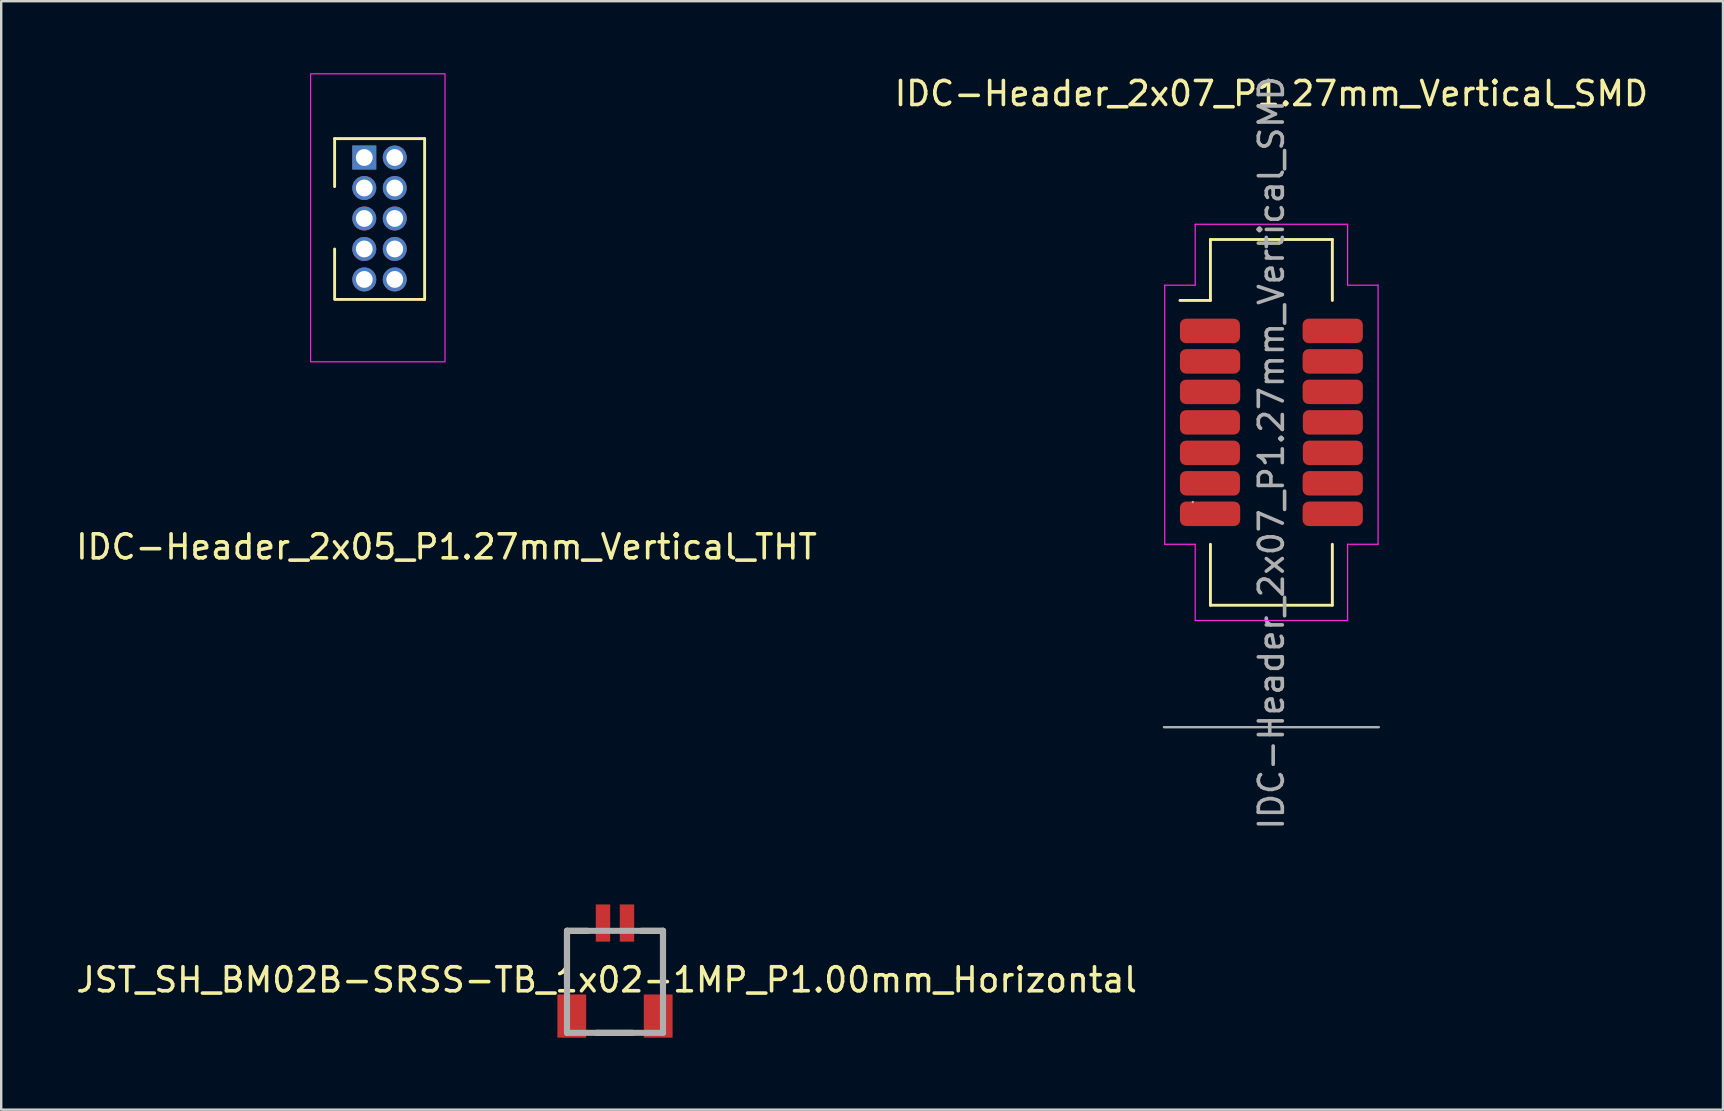
<source format=kicad_pcb>
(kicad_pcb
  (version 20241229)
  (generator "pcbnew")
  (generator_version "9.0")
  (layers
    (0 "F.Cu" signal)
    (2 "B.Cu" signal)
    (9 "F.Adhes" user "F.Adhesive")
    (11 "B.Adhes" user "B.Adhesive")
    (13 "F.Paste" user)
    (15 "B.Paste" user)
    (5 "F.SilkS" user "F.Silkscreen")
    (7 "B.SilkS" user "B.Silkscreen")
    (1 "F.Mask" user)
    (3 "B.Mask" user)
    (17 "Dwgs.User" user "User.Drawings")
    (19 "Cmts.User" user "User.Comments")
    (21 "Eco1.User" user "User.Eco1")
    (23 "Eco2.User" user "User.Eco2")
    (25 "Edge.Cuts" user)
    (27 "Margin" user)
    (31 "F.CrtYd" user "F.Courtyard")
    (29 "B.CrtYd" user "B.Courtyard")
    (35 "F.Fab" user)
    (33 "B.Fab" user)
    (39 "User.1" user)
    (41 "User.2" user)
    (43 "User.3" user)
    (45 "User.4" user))
  (footprint "JST_SH_BM02B-SRSS-TB_1x02-1MP_P1.00mm_Horizontal"
    (layer "F.Cu")
    (at 22.574 37.384)
    (property "Reference" "JST_SH_BM02B-SRSS-TB_1x02-1MP_P1.00mm_Horizontal" (at -0.347 0.391 0) (layer "F.SilkS") (effects (font (size 1.002 1.002) (thickness 0.15))))
    (attr smd)
    (fp_line (start -2 -1.65) (end -2 0.563) (stroke (width 0.254) (type solid)) (layer "F.SilkS"))
    (fp_line (start -2 -1.65) (end -1.145 -1.65) (stroke (width 0.254) (type solid)) (layer "F.SilkS"))
    (fp_line (start -0.767 2.6) (end 0.722 2.6) (stroke (width 0.254) (type solid)) (layer "F.SilkS"))
    (fp_line (start 2 -1.65) (end 1.1 -1.65) (stroke (width 0.254) (type solid)) (layer "F.SilkS"))
    (fp_line (start 2 -1.65) (end 2 0.697) (stroke (width 0.254) (type solid)) (layer "F.SilkS"))
    (fp_line (start -2 -1.65) (end 2 -1.65) (stroke (width 0.254) (type solid)) (layer "F.Fab"))
    (fp_line (start -2 2.6) (end -2 -1.65) (stroke (width 0.254) (type solid)) (layer "F.Fab"))
    (fp_line (start 2 -1.65) (end 2 2.6) (stroke (width 0.254) (type solid)) (layer "F.Fab"))
    (fp_line (start 2 2.6) (end -2 2.6) (stroke (width 0.254) (type solid)) (layer "F.Fab"))
    (pad "1" smd rect (at -0.5 -1.975) (size 0.6 1.55) (layers "F.Cu" "F.Mask" "F.Paste"))
    (pad "2" smd rect (at 0.5 -1.975) (size 0.6 1.55) (layers "F.Cu" "F.Mask" "F.Paste"))
    (pad "MP" smd rect (at -1.8 1.9) (size 1.2 1.8) (layers "F.Cu" "F.Mask" "F.Paste"))
    (pad "MP" smd rect (at 1.8 1.9) (size 1.2 1.8) (layers "F.Cu" "F.Mask" "F.Paste")))
  (footprint "IDC-Header_2x07_P1.27mm_Vertical_SMD"
    (layer "F.Cu")
    (at 49.923 14.548)
    (property "Reference" "IDC-Header_2x07_P1.27mm_Vertical_SMD" (at 0 -13.7 0) (layer "F.SilkS") (effects (font (size 1 1) (thickness 0.15))))
    (attr smd)
    (fp_line (start -2.54 -7.62) (end 2.54 -7.62) (stroke (width 0.12) (type solid)) (layer "F.SilkS"))
    (fp_line (start -2.54 -5.08) (end -3.81 -5.08) (stroke (width 0.12) (type solid)) (layer "F.SilkS"))
    (fp_line (start -2.54 -5.08) (end -2.54 -7.62) (stroke (width 0.12) (type solid)) (layer "F.SilkS"))
    (fp_line (start -2.54 5.08) (end -2.54 7.62) (stroke (width 0.12) (type solid)) (layer "F.SilkS"))
    (fp_line (start -2.54 7.62) (end 2.54 7.62) (stroke (width 0.12) (type solid)) (layer "F.SilkS"))
    (fp_line (start 2.54 -7.62) (end 2.54 -5.08) (stroke (width 0.12) (type solid)) (layer "F.SilkS"))
    (fp_line (start 2.54 7.62) (end 2.54 5.08) (stroke (width 0.12) (type solid)) (layer "F.SilkS"))
    (fp_line (start -4.445 -5.715) (end -3.175 -5.715) (stroke (width 0.05) (type default)) (layer "F.CrtYd"))
    (fp_line (start -4.445 5.08) (end -4.445 -5.715) (stroke (width 0.05) (type default)) (layer "F.CrtYd"))
    (fp_line (start -3.175 -8.255) (end 3.175 -8.255) (stroke (width 0.05) (type default)) (layer "F.CrtYd"))
    (fp_line (start -3.175 -5.715) (end -3.175 -8.255) (stroke (width 0.05) (type default)) (layer "F.CrtYd"))
    (fp_line (start -3.175 5.08) (end -4.445 5.08) (stroke (width 0.05) (type default)) (layer "F.CrtYd"))
    (fp_line (start -3.175 8.255) (end -3.175 5.08) (stroke (width 0.05) (type default)) (layer "F.CrtYd"))
    (fp_line (start 3.175 -8.255) (end 3.175 -5.715) (stroke (width 0.05) (type default)) (layer "F.CrtYd"))
    (fp_line (start 3.175 -5.715) (end 4.445 -5.715) (stroke (width 0.05) (type default)) (layer "F.CrtYd"))
    (fp_line (start 3.175 5.08) (end 3.175 8.255) (stroke (width 0.05) (type default)) (layer "F.CrtYd"))
    (fp_line (start 3.175 8.255) (end -3.175 8.255) (stroke (width 0.05) (type default)) (layer "F.CrtYd"))
    (fp_line (start 4.445 -5.715) (end 4.445 5.08) (stroke (width 0.05) (type default)) (layer "F.CrtYd"))
    (fp_line (start 4.445 5.08) (end 3.175 5.08) (stroke (width 0.05) (type default)) (layer "F.CrtYd"))
    (fp_line (start -3.275 3.32) (end -3.275 3.32) (stroke (width 0.1) (type solid)) (layer "F.Fab"))
    (fp_line (start 4.475 12.7) (end -4.475 12.7) (stroke (width 0.1) (type solid)) (layer "F.Fab"))
    (fp_text user "${REFERENCE}" (at 0 1.27 90) (layer "F.Fab") (effects (font (size 1 1) (thickness 0.15))))
    (pad "1" smd roundrect (at -2.56 -3.81) (size 2.5 1.02) (layers "F.Cu" "F.Mask" "F.Paste") (roundrect_rratio 0.25))
    (pad "2" smd roundrect (at 2.555 -3.81) (size 2.51 1.02) (layers "F.Cu" "F.Mask" "F.Paste") (roundrect_rratio 0.25))
    (pad "3" smd roundrect (at -2.555 -2.54) (size 2.51 1.02) (layers "F.Cu" "F.Mask" "F.Paste") (roundrect_rratio 0.25))
    (pad "4" smd roundrect (at 2.555 -2.54) (size 2.51 1.02) (layers "F.Cu" "F.Mask" "F.Paste") (roundrect_rratio 0.25))
    (pad "5" smd roundrect (at -2.555 -1.27) (size 2.51 1.02) (layers "F.Cu" "F.Mask" "F.Paste") (roundrect_rratio 0.25))
    (pad "6" smd roundrect (at 2.555 -1.27) (size 2.51 1.02) (layers "F.Cu" "F.Mask" "F.Paste") (roundrect_rratio 0.25))
    (pad "7" smd roundrect (at -2.56 0) (size 2.5 1.02) (layers "F.Cu" "F.Mask" "F.Paste") (roundrect_rratio 0.25))
    (pad "8" smd roundrect (at 2.56 0) (size 2.5 1.02) (layers "F.Cu" "F.Mask" "F.Paste") (roundrect_rratio 0.25))
    (pad "9" smd roundrect (at -2.56 1.27) (size 2.5 1.02) (layers "F.Cu" "F.Mask" "F.Paste") (roundrect_rratio 0.25))
    (pad "10" smd roundrect (at 2.56 1.27) (size 2.5 1.02) (layers "F.Cu" "F.Mask" "F.Paste") (roundrect_rratio 0.25))
    (pad "11" smd roundrect (at -2.56 2.54) (size 2.5 1.02) (layers "F.Cu" "F.Mask" "F.Paste") (roundrect_rratio 0.25))
    (pad "12" smd roundrect (at 2.555 2.54) (size 2.51 1.02) (layers "F.Cu" "F.Mask" "F.Paste") (roundrect_rratio 0.25))
    (pad "13" smd roundrect (at -2.555 3.81) (size 2.51 1.02) (layers "F.Cu" "F.Mask" "F.Paste") (roundrect_rratio 0.25))
    (pad "14" smd roundrect (at 2.555 3.81) (size 2.51 1.02) (layers "F.Cu" "F.Mask" "F.Paste") (roundrect_rratio 0.25)))
  (footprint "IDC-Header_2x05_P1.27mm_Vertical_THT"
    (layer "F.Cu")
    (at 14.792 12.625)
    (property "Reference" "IDC-Header_2x05_P1.27mm_Vertical_THT" (at 0.762 7.112 0) (unlocked yes) (layer "F.SilkS") (effects (font (size 1 1) (thickness 0.15))))
    (attr through_hole)
    (fp_line (start -3.9 -9.9) (end -3.9 -7.9) (stroke (width 0.12) (type default)) (layer "F.SilkS"))
    (fp_line (start -3.9 -9.9) (end -0.15 -9.9) (stroke (width 0.12) (type default)) (layer "F.SilkS"))
    (fp_line (start -3.9 -3.2) (end -3.9 -5.3) (stroke (width 0.12) (type default)) (layer "F.SilkS"))
    (fp_line (start -3.85 -3.2) (end -0.15 -3.2) (stroke (width 0.12) (type default)) (layer "F.SilkS"))
    (fp_line (start -0.15 -9.9) (end -0.15 -3.2) (stroke (width 0.12) (type default)) (layer "F.SilkS"))
    (fp_rect (start -4.9 -12.6) (end 0.7 -0.6) (stroke (width 0.05) (type default)) (fill no) (layer "F.CrtYd"))
    (pad "1" thru_hole rect (at -2.664 -9.112) (size 1 1) (drill 0.7) (layers "*.Cu" "*.Mask"))
    (pad "2" thru_hole oval (at -2.664 -7.842) (size 1 1) (drill 0.7) (layers "*.Cu" "*.Mask"))
    (pad "3" thru_hole oval (at -2.664 -6.572) (size 1 1) (drill 0.7) (layers "*.Cu" "*.Mask"))
    (pad "4" thru_hole oval (at -2.664 -5.302) (size 1 1) (drill 0.7) (layers "*.Cu" "*.Mask"))
    (pad "5" thru_hole oval (at -2.664 -4.032) (size 1 1) (drill 0.7) (layers "*.Cu" "*.Mask"))
    (pad "6" thru_hole oval (at -1.394 -4.032) (size 1 1) (drill 0.7) (layers "*.Cu" "*.Mask"))
    (pad "7" thru_hole oval (at -1.394 -5.302) (size 1 1) (drill 0.7) (layers "*.Cu" "*.Mask"))
    (pad "8" thru_hole oval (at -1.394 -6.572) (size 1 1) (drill 0.7) (layers "*.Cu" "*.Mask"))
    (pad "9" thru_hole oval (at -1.394 -7.842) (size 1 1) (drill 0.7) (layers "*.Cu" "*.Mask"))
    (pad "10" thru_hole oval (at -1.394 -9.112) (size 1 1) (drill 0.7) (layers "*.Cu" "*.Mask")))
  (gr_rect
    (start -3 -3)
    (end 68.738 43.184)
    (stroke (width 0.1) (type default))
    (fill no)
    (layer "Edge.Cuts")))
</source>
